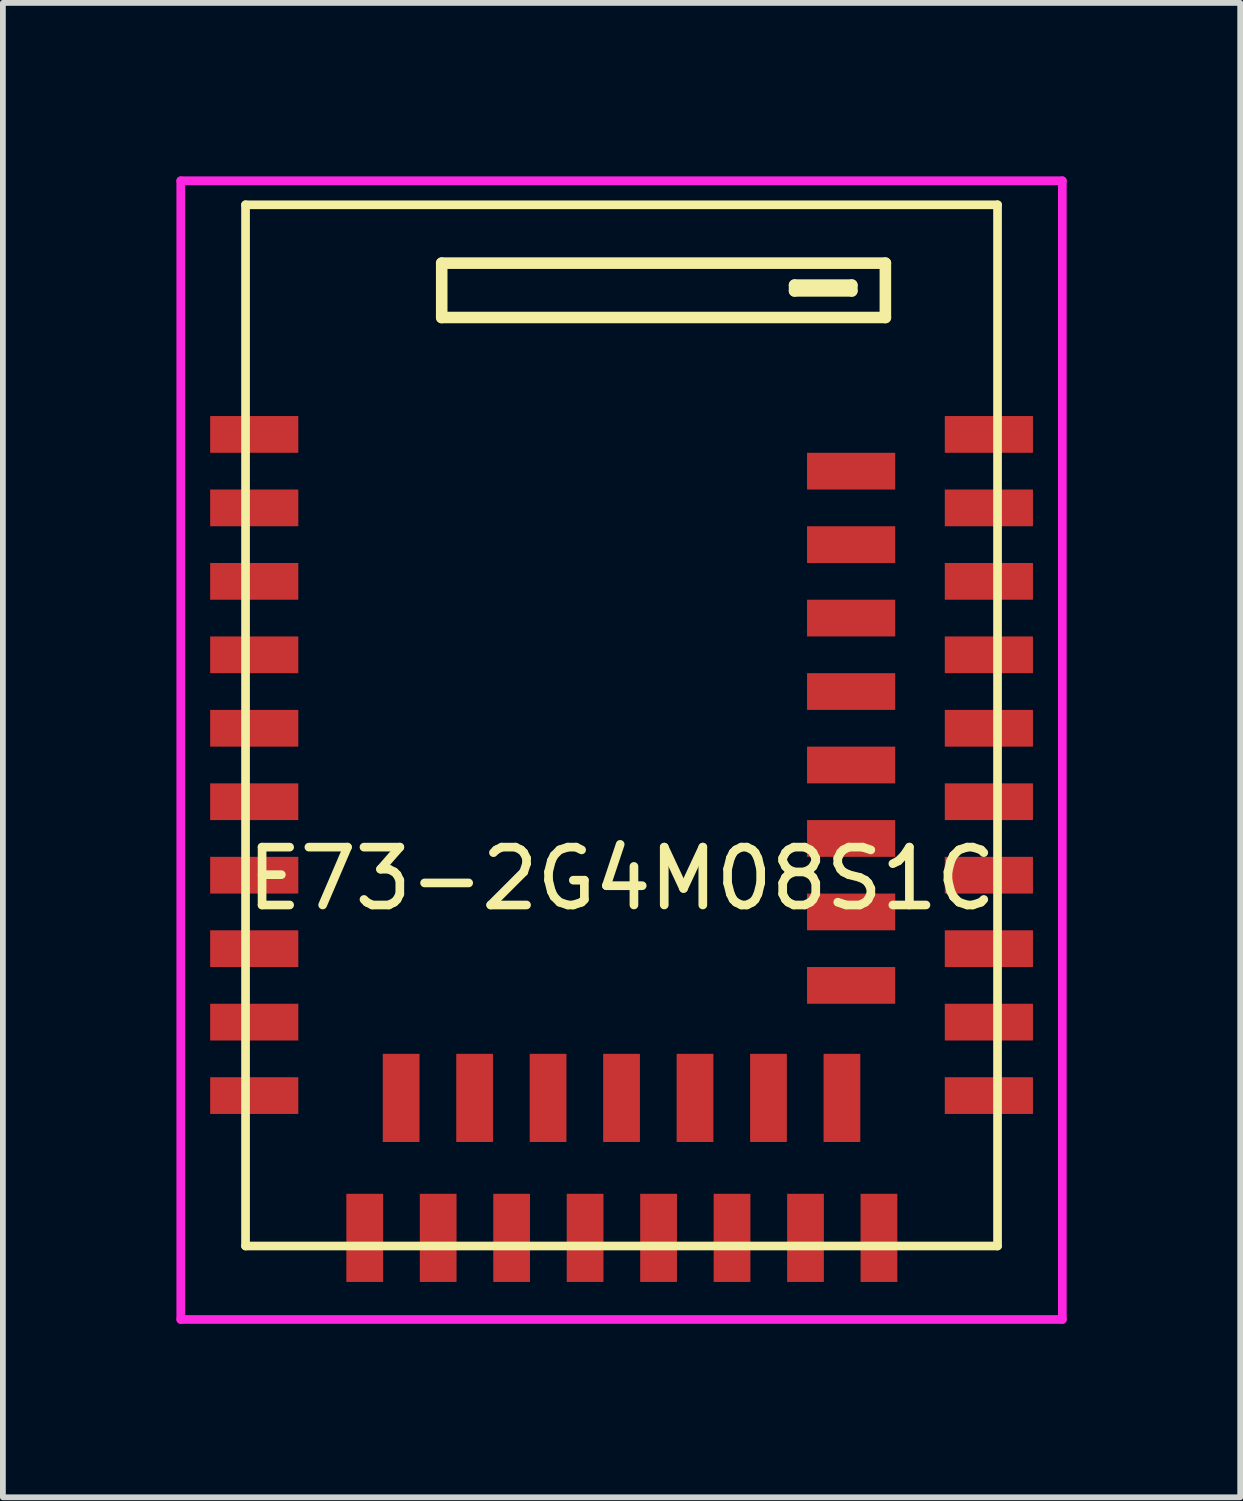
<source format=kicad_pcb>
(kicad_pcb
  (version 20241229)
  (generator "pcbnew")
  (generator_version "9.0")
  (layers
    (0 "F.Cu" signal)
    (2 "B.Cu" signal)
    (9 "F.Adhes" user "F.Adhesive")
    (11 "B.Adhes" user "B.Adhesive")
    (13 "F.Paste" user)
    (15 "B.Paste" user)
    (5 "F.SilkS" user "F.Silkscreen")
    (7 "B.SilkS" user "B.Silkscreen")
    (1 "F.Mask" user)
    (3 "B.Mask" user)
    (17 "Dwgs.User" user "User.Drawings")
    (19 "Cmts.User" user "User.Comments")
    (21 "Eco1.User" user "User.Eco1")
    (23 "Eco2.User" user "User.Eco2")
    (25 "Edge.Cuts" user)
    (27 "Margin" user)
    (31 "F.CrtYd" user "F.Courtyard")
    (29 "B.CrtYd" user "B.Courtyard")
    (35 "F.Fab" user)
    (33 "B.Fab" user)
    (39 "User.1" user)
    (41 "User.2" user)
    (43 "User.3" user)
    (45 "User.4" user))
  (footprint "E73-2G4M08S1C"
    (layer "F.Cu")
    (at 7.695 9.6)
    (property "Reference" "E73-2G4M08S1C" (at 0 2.54 0) (layer "F.SilkS") (effects (font (size 1 1) (thickness 0.15))))
    (attr through_hole)
    (fp_line (start -6.5 -9.11) (end 6.5 -9.11) (stroke (width 0.15) (type solid)) (layer "F.SilkS"))
    (fp_line (start -6.5 8.89) (end -6.5 -9.11) (stroke (width 0.15) (type solid)) (layer "F.SilkS"))
    (fp_line (start -3.109 -8.101) (end 4.561 -8.101) (stroke (width 0.2) (type solid)) (layer "F.SilkS"))
    (fp_line (start -3.109 -7.161) (end -3.109 -8.101) (stroke (width 0.2) (type solid)) (layer "F.SilkS"))
    (fp_line (start 2.991 -7.721) (end 3.981 -7.721) (stroke (width 0.2) (type solid)) (layer "F.SilkS"))
    (fp_line (start 2.991 -7.621) (end 2.991 -7.721) (stroke (width 0.2) (type solid)) (layer "F.SilkS"))
    (fp_line (start 3.981 -7.721) (end 3.981 -7.621) (stroke (width 0.2) (type solid)) (layer "F.SilkS"))
    (fp_line (start 3.981 -7.621) (end 2.991 -7.621) (stroke (width 0.2) (type solid)) (layer "F.SilkS"))
    (fp_line (start 4.561 -8.101) (end 4.561 -7.161) (stroke (width 0.2) (type solid)) (layer "F.SilkS"))
    (fp_line (start 4.561 -7.161) (end -3.109 -7.161) (stroke (width 0.2) (type solid)) (layer "F.SilkS"))
    (fp_line (start 6.5 -9.11) (end 6.5 8.89) (stroke (width 0.15) (type solid)) (layer "F.SilkS"))
    (fp_line (start 6.5 8.89) (end -6.5 8.89) (stroke (width 0.15) (type solid)) (layer "F.SilkS"))
    (fp_line (start -7.62 -9.525) (end -7.62 10.16) (stroke (width 0.15) (type solid)) (layer "F.CrtYd"))
    (fp_line (start -7.62 10.16) (end 7.62 10.16) (stroke (width 0.15) (type solid)) (layer "F.CrtYd"))
    (fp_line (start 7.62 -9.525) (end -7.62 -9.525) (stroke (width 0.15) (type solid)) (layer "F.CrtYd"))
    (fp_line (start 7.62 10.16) (end 7.62 -9.525) (stroke (width 0.15) (type solid)) (layer "F.CrtYd"))
    (pad "1" smd rect (at -6.35 -5.14) (size 1.524 0.635) (layers "F.Cu" "F.Mask" "F.Paste"))
    (pad "2" smd rect (at -6.35 -3.87) (size 1.524 0.635) (layers "F.Cu" "F.Mask" "F.Paste"))
    (pad "3" smd rect (at -6.35 -2.6) (size 1.524 0.635) (layers "F.Cu" "F.Mask" "F.Paste"))
    (pad "4" smd rect (at -6.35 -1.33) (size 1.524 0.635) (layers "F.Cu" "F.Mask" "F.Paste"))
    (pad "5" smd rect (at -6.35 -0.06) (size 1.524 0.635) (layers "F.Cu" "F.Mask" "F.Paste"))
    (pad "6" smd rect (at -6.35 1.21) (size 1.524 0.635) (layers "F.Cu" "F.Mask" "F.Paste"))
    (pad "7" smd rect (at -6.35 2.48) (size 1.524 0.635) (layers "F.Cu" "F.Mask" "F.Paste"))
    (pad "8" smd rect (at -6.35 3.75) (size 1.524 0.635) (layers "F.Cu" "F.Mask" "F.Paste"))
    (pad "9" smd rect (at -6.35 5.02) (size 1.524 0.635) (layers "F.Cu" "F.Mask" "F.Paste"))
    (pad "10" smd rect (at -6.35 6.29) (size 1.524 0.635) (layers "F.Cu" "F.Mask" "F.Paste"))
    (pad "11" smd rect (at -4.44 8.75 90) (size 1.524 0.635) (layers "F.Cu" "F.Mask" "F.Paste"))
    (pad "12" smd rect (at -3.81 6.33 90) (size 1.524 0.635) (layers "F.Cu" "F.Mask" "F.Paste"))
    (pad "13" smd rect (at -3.17 8.75 90) (size 1.524 0.635) (layers "F.Cu" "F.Mask" "F.Paste"))
    (pad "14" smd rect (at -2.54 6.33 90) (size 1.524 0.635) (layers "F.Cu" "F.Mask" "F.Paste"))
    (pad "15" smd rect (at -1.9 8.75 90) (size 1.524 0.635) (layers "F.Cu" "F.Mask" "F.Paste"))
    (pad "16" smd rect (at -1.27 6.33 90) (size 1.524 0.635) (layers "F.Cu" "F.Mask" "F.Paste"))
    (pad "17" smd rect (at -0.63 8.75 90) (size 1.524 0.635) (layers "F.Cu" "F.Mask" "F.Paste"))
    (pad "18" smd rect (at 0 6.33 90) (size 1.524 0.635) (layers "F.Cu" "F.Mask" "F.Paste"))
    (pad "19" smd rect (at 0.64 8.75 90) (size 1.524 0.635) (layers "F.Cu" "F.Mask" "F.Paste"))
    (pad "20" smd rect (at 1.27 6.33 90) (size 1.524 0.635) (layers "F.Cu" "F.Mask" "F.Paste"))
    (pad "21" smd rect (at 1.91 8.75 90) (size 1.524 0.635) (layers "F.Cu" "F.Mask" "F.Paste"))
    (pad "22" smd rect (at 2.54 6.33 90) (size 1.524 0.635) (layers "F.Cu" "F.Mask" "F.Paste"))
    (pad "23" smd rect (at 3.18 8.75 90) (size 1.524 0.635) (layers "F.Cu" "F.Mask" "F.Paste"))
    (pad "24" smd rect (at 3.81 6.33 90) (size 1.524 0.635) (layers "F.Cu" "F.Mask" "F.Paste"))
    (pad "25" smd rect (at 4.45 8.75 90) (size 1.524 0.635) (layers "F.Cu" "F.Mask" "F.Paste"))
    (pad "26" smd rect (at 6.35 6.29) (size 1.524 0.635) (layers "F.Cu" "F.Mask" "F.Paste"))
    (pad "27" smd rect (at 6.35 5.02) (size 1.524 0.635) (layers "F.Cu" "F.Mask" "F.Paste"))
    (pad "28" smd rect (at 3.969 4.385 180) (size 1.524 0.635) (layers "F.Cu" "F.Mask" "F.Paste"))
    (pad "29" smd rect (at 6.35 3.75) (size 1.524 0.635) (layers "F.Cu" "F.Mask" "F.Paste"))
    (pad "30" smd rect (at 3.969 3.115 180) (size 1.524 0.635) (layers "F.Cu" "F.Mask" "F.Paste"))
    (pad "31" smd rect (at 6.35 2.48) (size 1.524 0.635) (layers "F.Cu" "F.Mask" "F.Paste"))
    (pad "32" smd rect (at 3.969 1.845 180) (size 1.524 0.635) (layers "F.Cu" "F.Mask" "F.Paste"))
    (pad "33" smd rect (at 6.35 1.21) (size 1.524 0.635) (layers "F.Cu" "F.Mask" "F.Paste"))
    (pad "34" smd rect (at 3.969 0.575 180) (size 1.524 0.635) (layers "F.Cu" "F.Mask" "F.Paste"))
    (pad "35" smd rect (at 6.35 -0.06) (size 1.524 0.635) (layers "F.Cu" "F.Mask" "F.Paste"))
    (pad "36" smd rect (at 3.969 -0.695 180) (size 1.524 0.635) (layers "F.Cu" "F.Mask" "F.Paste"))
    (pad "37" smd rect (at 6.35 -1.33) (size 1.524 0.635) (layers "F.Cu" "F.Mask" "F.Paste"))
    (pad "38" smd rect (at 3.969 -1.965 180) (size 1.524 0.635) (layers "F.Cu" "F.Mask" "F.Paste"))
    (pad "39" smd rect (at 6.35 -2.6) (size 1.524 0.635) (layers "F.Cu" "F.Mask" "F.Paste"))
    (pad "40" smd rect (at 3.969 -3.235 180) (size 1.524 0.635) (layers "F.Cu" "F.Mask" "F.Paste"))
    (pad "41" smd rect (at 6.35 -3.87) (size 1.524 0.635) (layers "F.Cu" "F.Mask" "F.Paste"))
    (pad "42" smd rect (at 3.969 -4.505 180) (size 1.524 0.635) (layers "F.Cu" "F.Mask" "F.Paste"))
    (pad "43" smd rect (at 6.35 -5.14) (size 1.524 0.635) (layers "F.Cu" "F.Mask" "F.Paste")))
  (gr_rect
    (start -3 -3)
    (end 18.39 22.835)
    (stroke (width 0.1) (type default))
    (fill no)
    (layer "Edge.Cuts")))
</source>
